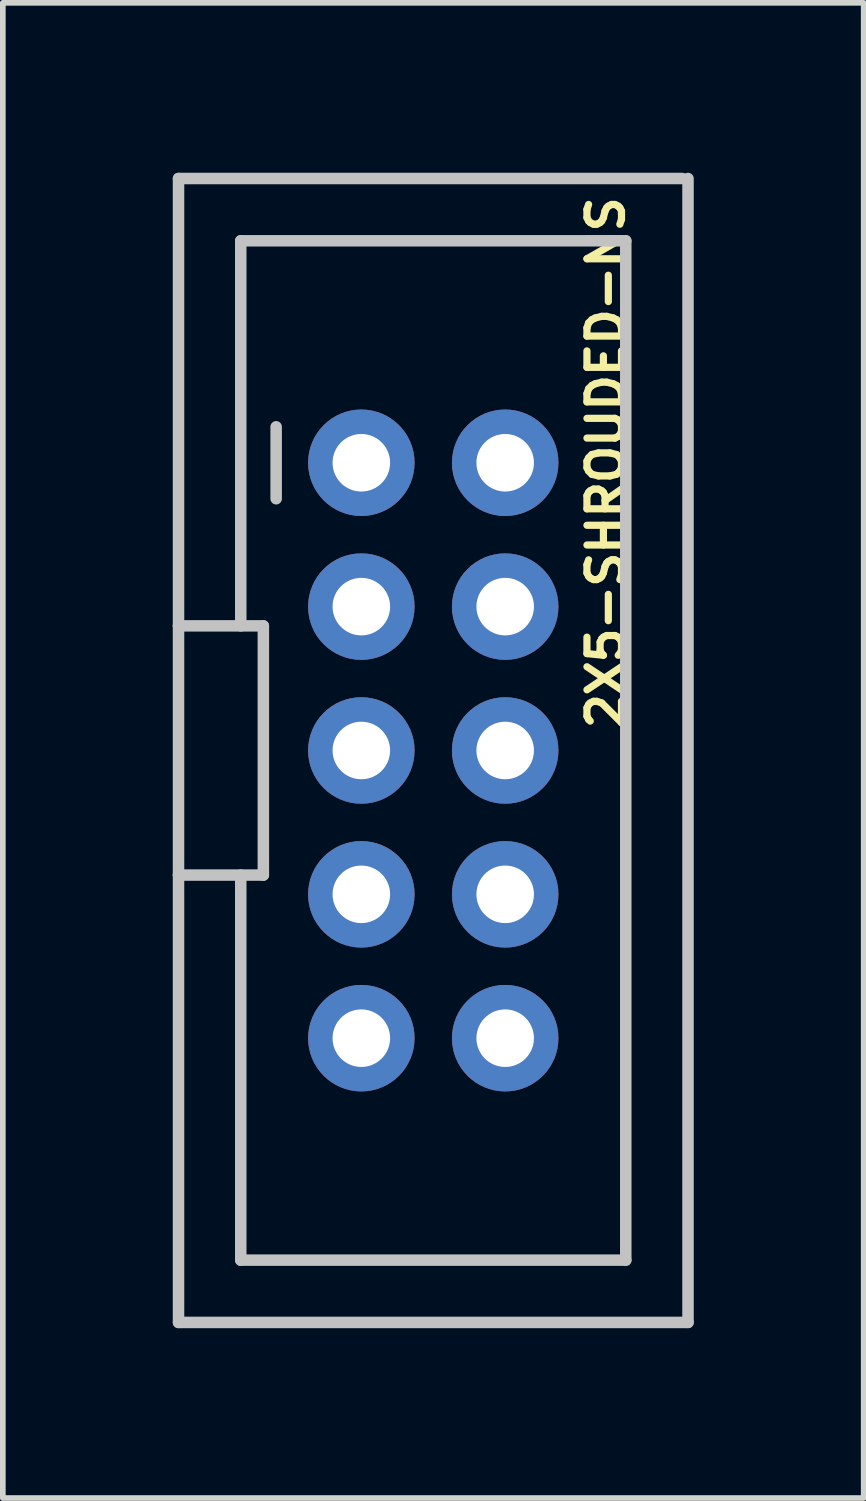
<source format=kicad_pcb>
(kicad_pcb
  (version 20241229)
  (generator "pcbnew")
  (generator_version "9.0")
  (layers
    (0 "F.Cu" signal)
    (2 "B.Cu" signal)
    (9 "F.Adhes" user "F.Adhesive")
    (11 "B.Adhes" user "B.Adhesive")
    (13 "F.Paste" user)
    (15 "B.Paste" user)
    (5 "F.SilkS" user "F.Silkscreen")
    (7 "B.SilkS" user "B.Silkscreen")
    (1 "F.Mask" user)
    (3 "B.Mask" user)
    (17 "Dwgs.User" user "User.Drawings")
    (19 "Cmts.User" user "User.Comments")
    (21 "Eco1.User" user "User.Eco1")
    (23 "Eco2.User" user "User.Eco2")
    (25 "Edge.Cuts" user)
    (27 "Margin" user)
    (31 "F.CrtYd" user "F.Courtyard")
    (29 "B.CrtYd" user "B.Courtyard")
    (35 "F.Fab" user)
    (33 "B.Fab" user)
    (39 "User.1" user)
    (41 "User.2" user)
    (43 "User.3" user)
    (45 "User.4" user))
  (footprint "2X5-SHROUDED-NS"
    (layer "F.Cu")
    (at 4.6 10.201)
    (property "Reference" "2X5-SHROUDED-NS" (at 3.048 -5.08 90) (layer "F.SilkS") (effects (font (size 0.61 0.61) (thickness 0.127))))
    (attr exclude_from_pos_files exclude_from_bom)
    (fp_line (start -4.498 -10.099) (end 4.399 -10.099) (stroke (width 0.203) (type solid)) (layer "Dwgs.User"))
    (fp_line (start -4.498 -2.2) (end -4.498 -10.099) (stroke (width 0.203) (type solid)) (layer "Dwgs.User"))
    (fp_line (start -4.498 -2.2) (end -3 -2.2) (stroke (width 0.203) (type solid)) (layer "Dwgs.User"))
    (fp_line (start -4.498 2.2) (end -4.498 -2.2) (stroke (width 0.203) (type solid)) (layer "Dwgs.User"))
    (fp_line (start -4.498 10.099) (end -4.498 2.2) (stroke (width 0.203) (type solid)) (layer "Dwgs.User"))
    (fp_line (start -3.399 -8.999) (end -3.399 -2.2) (stroke (width 0.203) (type solid)) (layer "Dwgs.User"))
    (fp_line (start -3.399 -8.999) (end 3.399 -8.999) (stroke (width 0.203) (type solid)) (layer "Dwgs.User"))
    (fp_line (start -3.399 8.999) (end -3.399 2.2) (stroke (width 0.203) (type solid)) (layer "Dwgs.User"))
    (fp_line (start -3.399 8.999) (end 3.399 8.999) (stroke (width 0.203) (type solid)) (layer "Dwgs.User"))
    (fp_line (start -3 -2.2) (end -3 2.2) (stroke (width 0.203) (type solid)) (layer "Dwgs.User"))
    (fp_line (start -3 2.2) (end -4.498 2.2) (stroke (width 0.203) (type solid)) (layer "Dwgs.User"))
    (fp_line (start -2.774 -5.715) (end -2.774 -4.445) (stroke (width 0.203) (type solid)) (layer "Dwgs.User"))
    (fp_line (start -1.524 -5.334) (end -1.016 -5.334) (stroke (width 0.066) (type solid)) (layer "Dwgs.User"))
    (fp_line (start -1.524 -4.826) (end -1.524 -5.334) (stroke (width 0.066) (type solid)) (layer "Dwgs.User"))
    (fp_line (start -1.524 -4.826) (end -1.016 -4.826) (stroke (width 0.066) (type solid)) (layer "Dwgs.User"))
    (fp_line (start -1.524 -2.794) (end -1.016 -2.794) (stroke (width 0.066) (type solid)) (layer "Dwgs.User"))
    (fp_line (start -1.524 -2.286) (end -1.524 -2.794) (stroke (width 0.066) (type solid)) (layer "Dwgs.User"))
    (fp_line (start -1.524 -2.286) (end -1.016 -2.286) (stroke (width 0.066) (type solid)) (layer "Dwgs.User"))
    (fp_line (start -1.524 -0.254) (end -1.016 -0.254) (stroke (width 0.066) (type solid)) (layer "Dwgs.User"))
    (fp_line (start -1.524 0.254) (end -1.524 -0.254) (stroke (width 0.066) (type solid)) (layer "Dwgs.User"))
    (fp_line (start -1.524 0.254) (end -1.016 0.254) (stroke (width 0.066) (type solid)) (layer "Dwgs.User"))
    (fp_line (start -1.524 2.286) (end -1.016 2.286) (stroke (width 0.066) (type solid)) (layer "Dwgs.User"))
    (fp_line (start -1.524 2.286) (end -1.016 2.286) (stroke (width 0.066) (type solid)) (layer "Dwgs.User"))
    (fp_line (start -1.524 2.794) (end -1.524 2.286) (stroke (width 0.066) (type solid)) (layer "Dwgs.User"))
    (fp_line (start -1.524 2.794) (end -1.524 2.286) (stroke (width 0.066) (type solid)) (layer "Dwgs.User"))
    (fp_line (start -1.524 2.794) (end -1.016 2.794) (stroke (width 0.066) (type solid)) (layer "Dwgs.User"))
    (fp_line (start -1.524 2.794) (end -1.016 2.794) (stroke (width 0.066) (type solid)) (layer "Dwgs.User"))
    (fp_line (start -1.524 4.826) (end -1.016 4.826) (stroke (width 0.066) (type solid)) (layer "Dwgs.User"))
    (fp_line (start -1.524 5.334) (end -1.524 4.826) (stroke (width 0.066) (type solid)) (layer "Dwgs.User"))
    (fp_line (start -1.524 5.334) (end -1.016 5.334) (stroke (width 0.066) (type solid)) (layer "Dwgs.User"))
    (fp_line (start -1.016 -4.826) (end -1.016 -5.334) (stroke (width 0.066) (type solid)) (layer "Dwgs.User"))
    (fp_line (start -1.016 -2.286) (end -1.016 -2.794) (stroke (width 0.066) (type solid)) (layer "Dwgs.User"))
    (fp_line (start -1.016 0.254) (end -1.016 -0.254) (stroke (width 0.066) (type solid)) (layer "Dwgs.User"))
    (fp_line (start -1.016 2.794) (end -1.016 2.286) (stroke (width 0.066) (type solid)) (layer "Dwgs.User"))
    (fp_line (start -1.016 2.794) (end -1.016 2.286) (stroke (width 0.066) (type solid)) (layer "Dwgs.User"))
    (fp_line (start -1.016 5.334) (end -1.016 4.826) (stroke (width 0.066) (type solid)) (layer "Dwgs.User"))
    (fp_line (start 1.016 -5.334) (end 1.524 -5.334) (stroke (width 0.066) (type solid)) (layer "Dwgs.User"))
    (fp_line (start 1.016 -4.826) (end 1.016 -5.334) (stroke (width 0.066) (type solid)) (layer "Dwgs.User"))
    (fp_line (start 1.016 -4.826) (end 1.524 -4.826) (stroke (width 0.066) (type solid)) (layer "Dwgs.User"))
    (fp_line (start 1.016 -2.794) (end 1.524 -2.794) (stroke (width 0.066) (type solid)) (layer "Dwgs.User"))
    (fp_line (start 1.016 -2.286) (end 1.016 -2.794) (stroke (width 0.066) (type solid)) (layer "Dwgs.User"))
    (fp_line (start 1.016 -2.286) (end 1.524 -2.286) (stroke (width 0.066) (type solid)) (layer "Dwgs.User"))
    (fp_line (start 1.016 -0.254) (end 1.524 -0.254) (stroke (width 0.066) (type solid)) (layer "Dwgs.User"))
    (fp_line (start 1.016 0.254) (end 1.016 -0.254) (stroke (width 0.066) (type solid)) (layer "Dwgs.User"))
    (fp_line (start 1.016 0.254) (end 1.524 0.254) (stroke (width 0.066) (type solid)) (layer "Dwgs.User"))
    (fp_line (start 1.016 2.286) (end 1.524 2.286) (stroke (width 0.066) (type solid)) (layer "Dwgs.User"))
    (fp_line (start 1.016 2.286) (end 1.524 2.286) (stroke (width 0.066) (type solid)) (layer "Dwgs.User"))
    (fp_line (start 1.016 2.794) (end 1.016 2.286) (stroke (width 0.066) (type solid)) (layer "Dwgs.User"))
    (fp_line (start 1.016 2.794) (end 1.016 2.286) (stroke (width 0.066) (type solid)) (layer "Dwgs.User"))
    (fp_line (start 1.016 2.794) (end 1.524 2.794) (stroke (width 0.066) (type solid)) (layer "Dwgs.User"))
    (fp_line (start 1.016 2.794) (end 1.524 2.794) (stroke (width 0.066) (type solid)) (layer "Dwgs.User"))
    (fp_line (start 1.016 4.826) (end 1.524 4.826) (stroke (width 0.066) (type solid)) (layer "Dwgs.User"))
    (fp_line (start 1.016 5.334) (end 1.016 4.826) (stroke (width 0.066) (type solid)) (layer "Dwgs.User"))
    (fp_line (start 1.016 5.334) (end 1.524 5.334) (stroke (width 0.066) (type solid)) (layer "Dwgs.User"))
    (fp_line (start 1.524 -4.826) (end 1.524 -5.334) (stroke (width 0.066) (type solid)) (layer "Dwgs.User"))
    (fp_line (start 1.524 -2.286) (end 1.524 -2.794) (stroke (width 0.066) (type solid)) (layer "Dwgs.User"))
    (fp_line (start 1.524 0.254) (end 1.524 -0.254) (stroke (width 0.066) (type solid)) (layer "Dwgs.User"))
    (fp_line (start 1.524 2.794) (end 1.524 2.286) (stroke (width 0.066) (type solid)) (layer "Dwgs.User"))
    (fp_line (start 1.524 2.794) (end 1.524 2.286) (stroke (width 0.066) (type solid)) (layer "Dwgs.User"))
    (fp_line (start 1.524 5.334) (end 1.524 4.826) (stroke (width 0.066) (type solid)) (layer "Dwgs.User"))
    (fp_line (start 3.399 -8.999) (end 3.399 8.999) (stroke (width 0.203) (type solid)) (layer "Dwgs.User"))
    (fp_line (start 4.498 -10.099) (end 4.498 10.099) (stroke (width 0.203) (type solid)) (layer "Dwgs.User"))
    (fp_line (start 4.498 10.099) (end -4.498 10.099) (stroke (width 0.203) (type solid)) (layer "Dwgs.User"))
    (pad "1" thru_hole circle (at -1.27 -5.08) (size 1.88 1.88) (drill 1.016) (layers "*.Cu" "*.Mask"))
    (pad "2" thru_hole circle (at 1.27 -5.08) (size 1.88 1.88) (drill 1.016) (layers "*.Cu" "*.Mask"))
    (pad "3" thru_hole circle (at -1.27 -2.54) (size 1.88 1.88) (drill 1.016) (layers "*.Cu" "*.Mask"))
    (pad "4" thru_hole circle (at 1.27 -2.54) (size 1.88 1.88) (drill 1.016) (layers "*.Cu" "*.Mask"))
    (pad "5" thru_hole circle (at -1.27 0) (size 1.88 1.88) (drill 1.016) (layers "*.Cu" "*.Mask"))
    (pad "6" thru_hole circle (at 1.27 0) (size 1.88 1.88) (drill 1.016) (layers "*.Cu" "*.Mask"))
    (pad "7" thru_hole circle (at -1.27 2.54) (size 1.88 1.88) (drill 1.016) (layers "*.Cu" "*.Mask"))
    (pad "8" thru_hole circle (at 1.27 2.54) (size 1.88 1.88) (drill 1.016) (layers "*.Cu" "*.Mask"))
    (pad "9" thru_hole circle (at -1.27 5.08) (size 1.88 1.88) (drill 1.016) (layers "*.Cu" "*.Mask"))
    (pad "10" thru_hole circle (at 1.27 5.08) (size 1.88 1.88) (drill 1.016) (layers "*.Cu" "*.Mask")))
  (gr_rect
    (start -3 -3)
    (end 12.2 23.401)
    (stroke (width 0.1) (type default))
    (fill no)
    (layer "Edge.Cuts")))
</source>
